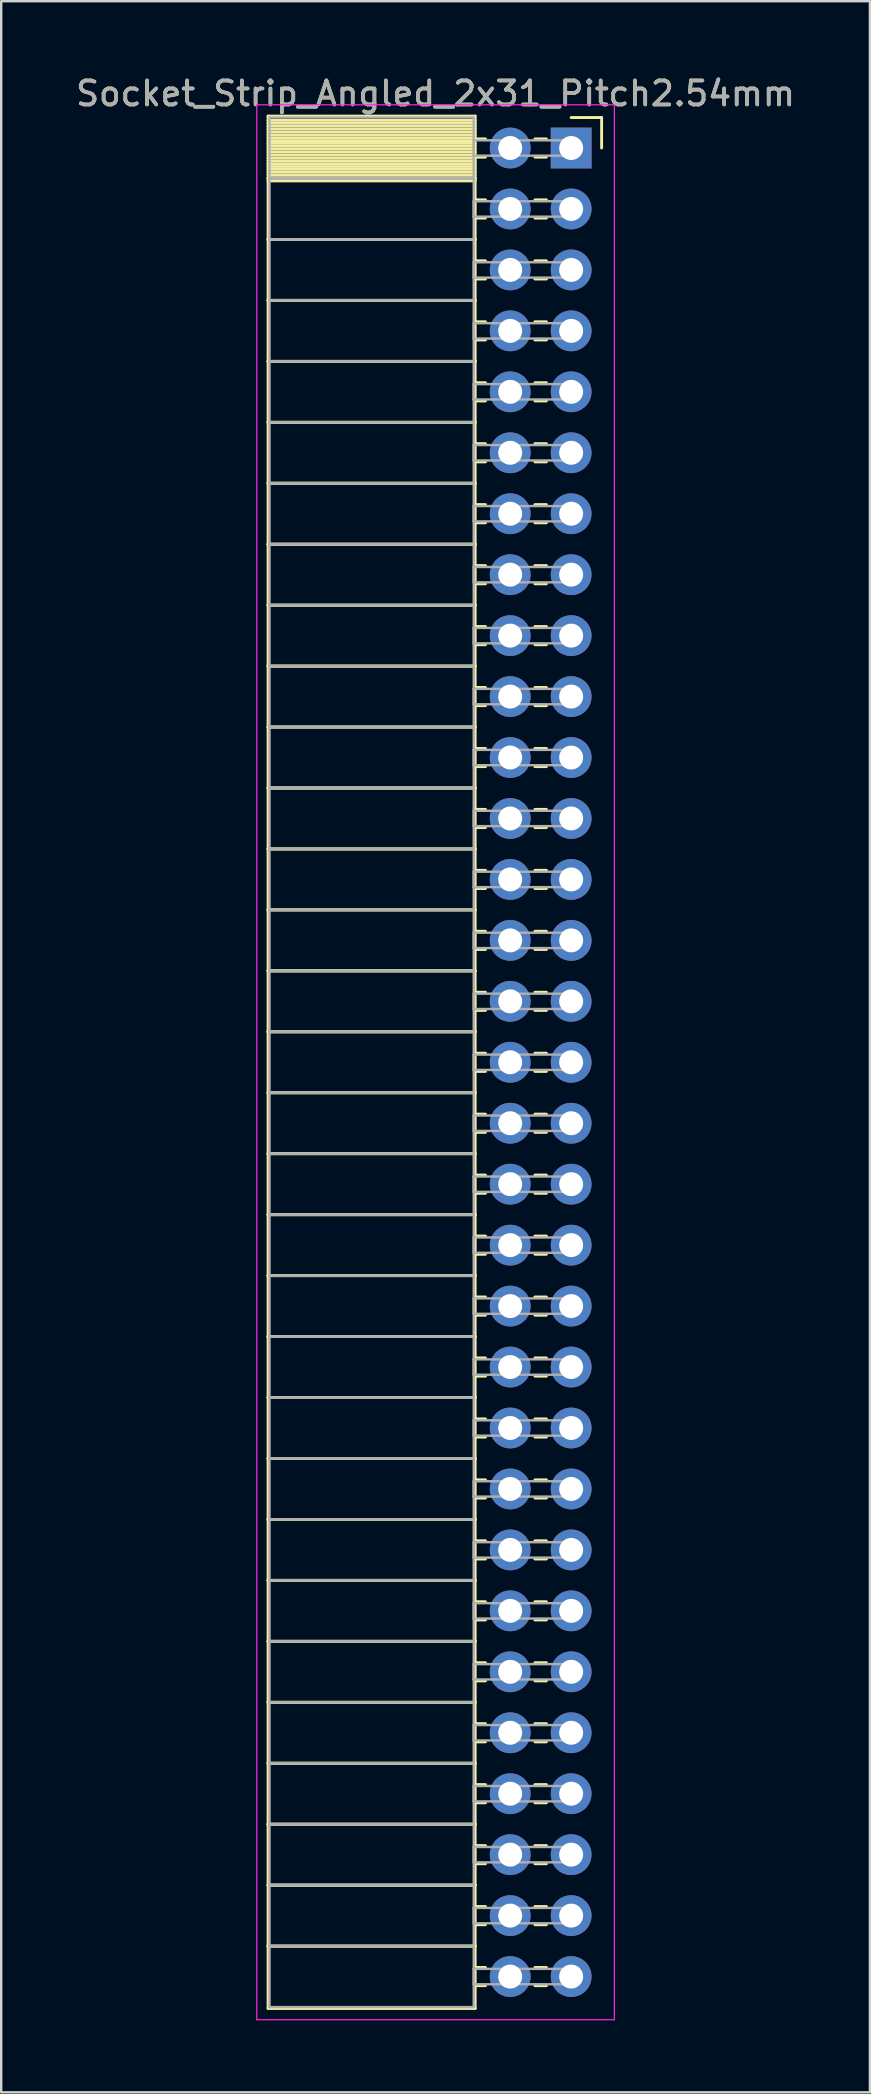
<source format=kicad_pcb>
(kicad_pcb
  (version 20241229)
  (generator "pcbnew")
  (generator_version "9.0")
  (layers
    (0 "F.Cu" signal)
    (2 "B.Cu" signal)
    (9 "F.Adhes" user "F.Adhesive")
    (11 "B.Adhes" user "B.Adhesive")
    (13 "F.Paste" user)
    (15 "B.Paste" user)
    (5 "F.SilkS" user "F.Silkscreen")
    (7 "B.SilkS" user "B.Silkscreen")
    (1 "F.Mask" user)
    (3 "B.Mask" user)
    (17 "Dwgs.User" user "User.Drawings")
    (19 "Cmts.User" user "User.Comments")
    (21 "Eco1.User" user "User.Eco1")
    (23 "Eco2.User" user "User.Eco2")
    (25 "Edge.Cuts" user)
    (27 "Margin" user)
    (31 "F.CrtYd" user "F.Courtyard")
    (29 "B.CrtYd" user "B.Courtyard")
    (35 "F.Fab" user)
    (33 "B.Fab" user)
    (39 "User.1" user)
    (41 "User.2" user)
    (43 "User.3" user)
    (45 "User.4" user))
  (footprint "Socket_Strip_Angled_2x31_Pitch2.54mm"
    (layer "F.Cu")
    (at 20.751 3.118)
    (property "Reference" "Socket_Strip_Angled_2x31_Pitch2.54mm" (at -5.65 -2.27 0) (layer "F.SilkS") (effects (font (size 1 1) (thickness 0.15))))
    (attr through_hole)
    (fp_line (start -12.63 -1.33) (end -4 -1.33) (stroke (width 0.12) (type solid)) (layer "F.SilkS"))
    (fp_line (start -12.63 1.27) (end -12.63 -1.33) (stroke (width 0.12) (type solid)) (layer "F.SilkS"))
    (fp_line (start -12.63 1.27) (end -4 1.27) (stroke (width 0.12) (type solid)) (layer "F.SilkS"))
    (fp_line (start -12.63 3.81) (end -12.63 1.27) (stroke (width 0.12) (type solid)) (layer "F.SilkS"))
    (fp_line (start -12.63 3.81) (end -4 3.81) (stroke (width 0.12) (type solid)) (layer "F.SilkS"))
    (fp_line (start -12.63 6.35) (end -12.63 3.81) (stroke (width 0.12) (type solid)) (layer "F.SilkS"))
    (fp_line (start -12.63 6.35) (end -4 6.35) (stroke (width 0.12) (type solid)) (layer "F.SilkS"))
    (fp_line (start -12.63 8.89) (end -12.63 6.35) (stroke (width 0.12) (type solid)) (layer "F.SilkS"))
    (fp_line (start -12.63 8.89) (end -4 8.89) (stroke (width 0.12) (type solid)) (layer "F.SilkS"))
    (fp_line (start -12.63 11.43) (end -12.63 8.89) (stroke (width 0.12) (type solid)) (layer "F.SilkS"))
    (fp_line (start -12.63 11.43) (end -4 11.43) (stroke (width 0.12) (type solid)) (layer "F.SilkS"))
    (fp_line (start -12.63 13.97) (end -12.63 11.43) (stroke (width 0.12) (type solid)) (layer "F.SilkS"))
    (fp_line (start -12.63 13.97) (end -4 13.97) (stroke (width 0.12) (type solid)) (layer "F.SilkS"))
    (fp_line (start -12.63 16.51) (end -12.63 13.97) (stroke (width 0.12) (type solid)) (layer "F.SilkS"))
    (fp_line (start -12.63 16.51) (end -4 16.51) (stroke (width 0.12) (type solid)) (layer "F.SilkS"))
    (fp_line (start -12.63 19.05) (end -12.63 16.51) (stroke (width 0.12) (type solid)) (layer "F.SilkS"))
    (fp_line (start -12.63 19.05) (end -4 19.05) (stroke (width 0.12) (type solid)) (layer "F.SilkS"))
    (fp_line (start -12.63 21.59) (end -12.63 19.05) (stroke (width 0.12) (type solid)) (layer "F.SilkS"))
    (fp_line (start -12.63 21.59) (end -4 21.59) (stroke (width 0.12) (type solid)) (layer "F.SilkS"))
    (fp_line (start -12.63 24.13) (end -12.63 21.59) (stroke (width 0.12) (type solid)) (layer "F.SilkS"))
    (fp_line (start -12.63 24.13) (end -4 24.13) (stroke (width 0.12) (type solid)) (layer "F.SilkS"))
    (fp_line (start -12.63 26.67) (end -12.63 24.13) (stroke (width 0.12) (type solid)) (layer "F.SilkS"))
    (fp_line (start -12.63 26.67) (end -4 26.67) (stroke (width 0.12) (type solid)) (layer "F.SilkS"))
    (fp_line (start -12.63 29.21) (end -12.63 26.67) (stroke (width 0.12) (type solid)) (layer "F.SilkS"))
    (fp_line (start -12.63 29.21) (end -4 29.21) (stroke (width 0.12) (type solid)) (layer "F.SilkS"))
    (fp_line (start -12.63 31.75) (end -12.63 29.21) (stroke (width 0.12) (type solid)) (layer "F.SilkS"))
    (fp_line (start -12.63 31.75) (end -4 31.75) (stroke (width 0.12) (type solid)) (layer "F.SilkS"))
    (fp_line (start -12.63 34.29) (end -12.63 31.75) (stroke (width 0.12) (type solid)) (layer "F.SilkS"))
    (fp_line (start -12.63 34.29) (end -4 34.29) (stroke (width 0.12) (type solid)) (layer "F.SilkS"))
    (fp_line (start -12.63 36.83) (end -12.63 34.29) (stroke (width 0.12) (type solid)) (layer "F.SilkS"))
    (fp_line (start -12.63 36.83) (end -4 36.83) (stroke (width 0.12) (type solid)) (layer "F.SilkS"))
    (fp_line (start -12.63 39.37) (end -12.63 36.83) (stroke (width 0.12) (type solid)) (layer "F.SilkS"))
    (fp_line (start -12.63 39.37) (end -4 39.37) (stroke (width 0.12) (type solid)) (layer "F.SilkS"))
    (fp_line (start -12.63 41.91) (end -12.63 39.37) (stroke (width 0.12) (type solid)) (layer "F.SilkS"))
    (fp_line (start -12.63 41.91) (end -4 41.91) (stroke (width 0.12) (type solid)) (layer "F.SilkS"))
    (fp_line (start -12.63 44.45) (end -12.63 41.91) (stroke (width 0.12) (type solid)) (layer "F.SilkS"))
    (fp_line (start -12.63 44.45) (end -4 44.45) (stroke (width 0.12) (type solid)) (layer "F.SilkS"))
    (fp_line (start -12.63 46.99) (end -12.63 44.45) (stroke (width 0.12) (type solid)) (layer "F.SilkS"))
    (fp_line (start -12.63 46.99) (end -4 46.99) (stroke (width 0.12) (type solid)) (layer "F.SilkS"))
    (fp_line (start -12.63 49.53) (end -12.63 46.99) (stroke (width 0.12) (type solid)) (layer "F.SilkS"))
    (fp_line (start -12.63 49.53) (end -4 49.53) (stroke (width 0.12) (type solid)) (layer "F.SilkS"))
    (fp_line (start -12.63 52.07) (end -12.63 49.53) (stroke (width 0.12) (type solid)) (layer "F.SilkS"))
    (fp_line (start -12.63 52.07) (end -4 52.07) (stroke (width 0.12) (type solid)) (layer "F.SilkS"))
    (fp_line (start -12.63 54.61) (end -12.63 52.07) (stroke (width 0.12) (type solid)) (layer "F.SilkS"))
    (fp_line (start -12.63 54.61) (end -4 54.61) (stroke (width 0.12) (type solid)) (layer "F.SilkS"))
    (fp_line (start -12.63 57.15) (end -12.63 54.61) (stroke (width 0.12) (type solid)) (layer "F.SilkS"))
    (fp_line (start -12.63 57.15) (end -4 57.15) (stroke (width 0.12) (type solid)) (layer "F.SilkS"))
    (fp_line (start -12.63 59.69) (end -12.63 57.15) (stroke (width 0.12) (type solid)) (layer "F.SilkS"))
    (fp_line (start -12.63 59.69) (end -4 59.69) (stroke (width 0.12) (type solid)) (layer "F.SilkS"))
    (fp_line (start -12.63 62.23) (end -12.63 59.69) (stroke (width 0.12) (type solid)) (layer "F.SilkS"))
    (fp_line (start -12.63 62.23) (end -4 62.23) (stroke (width 0.12) (type solid)) (layer "F.SilkS"))
    (fp_line (start -12.63 64.77) (end -12.63 62.23) (stroke (width 0.12) (type solid)) (layer "F.SilkS"))
    (fp_line (start -12.63 64.77) (end -4 64.77) (stroke (width 0.12) (type solid)) (layer "F.SilkS"))
    (fp_line (start -12.63 67.31) (end -12.63 64.77) (stroke (width 0.12) (type solid)) (layer "F.SilkS"))
    (fp_line (start -12.63 67.31) (end -4 67.31) (stroke (width 0.12) (type solid)) (layer "F.SilkS"))
    (fp_line (start -12.63 69.85) (end -12.63 67.31) (stroke (width 0.12) (type solid)) (layer "F.SilkS"))
    (fp_line (start -12.63 69.85) (end -4 69.85) (stroke (width 0.12) (type solid)) (layer "F.SilkS"))
    (fp_line (start -12.63 72.39) (end -12.63 69.85) (stroke (width 0.12) (type solid)) (layer "F.SilkS"))
    (fp_line (start -12.63 72.39) (end -4 72.39) (stroke (width 0.12) (type solid)) (layer "F.SilkS"))
    (fp_line (start -12.63 74.93) (end -12.63 72.39) (stroke (width 0.12) (type solid)) (layer "F.SilkS"))
    (fp_line (start -12.63 74.93) (end -4 74.93) (stroke (width 0.12) (type solid)) (layer "F.SilkS"))
    (fp_line (start -12.63 77.53) (end -12.63 74.93) (stroke (width 0.12) (type solid)) (layer "F.SilkS"))
    (fp_line (start -4 -1.33) (end -4 1.27) (stroke (width 0.12) (type solid)) (layer "F.SilkS"))
    (fp_line (start -4 -1.15) (end -12.63 -1.15) (stroke (width 0.12) (type solid)) (layer "F.SilkS"))
    (fp_line (start -4 -1.03) (end -12.63 -1.03) (stroke (width 0.12) (type solid)) (layer "F.SilkS"))
    (fp_line (start -4 -0.91) (end -12.63 -0.91) (stroke (width 0.12) (type solid)) (layer "F.SilkS"))
    (fp_line (start -4 -0.79) (end -12.63 -0.79) (stroke (width 0.12) (type solid)) (layer "F.SilkS"))
    (fp_line (start -4 -0.67) (end -12.63 -0.67) (stroke (width 0.12) (type solid)) (layer "F.SilkS"))
    (fp_line (start -4 -0.55) (end -12.63 -0.55) (stroke (width 0.12) (type solid)) (layer "F.SilkS"))
    (fp_line (start -4 -0.43) (end -12.63 -0.43) (stroke (width 0.12) (type solid)) (layer "F.SilkS"))
    (fp_line (start -4 -0.31) (end -12.63 -0.31) (stroke (width 0.12) (type solid)) (layer "F.SilkS"))
    (fp_line (start -4 -0.19) (end -12.63 -0.19) (stroke (width 0.12) (type solid)) (layer "F.SilkS"))
    (fp_line (start -4 -0.07) (end -12.63 -0.07) (stroke (width 0.12) (type solid)) (layer "F.SilkS"))
    (fp_line (start -4 0.05) (end -12.63 0.05) (stroke (width 0.12) (type solid)) (layer "F.SilkS"))
    (fp_line (start -4 0.17) (end -12.63 0.17) (stroke (width 0.12) (type solid)) (layer "F.SilkS"))
    (fp_line (start -4 0.29) (end -12.63 0.29) (stroke (width 0.12) (type solid)) (layer "F.SilkS"))
    (fp_line (start -4 0.41) (end -12.63 0.41) (stroke (width 0.12) (type solid)) (layer "F.SilkS"))
    (fp_line (start -4 0.53) (end -12.63 0.53) (stroke (width 0.12) (type solid)) (layer "F.SilkS"))
    (fp_line (start -4 0.65) (end -12.63 0.65) (stroke (width 0.12) (type solid)) (layer "F.SilkS"))
    (fp_line (start -4 0.77) (end -12.63 0.77) (stroke (width 0.12) (type solid)) (layer "F.SilkS"))
    (fp_line (start -4 0.89) (end -12.63 0.89) (stroke (width 0.12) (type solid)) (layer "F.SilkS"))
    (fp_line (start -4 1.01) (end -12.63 1.01) (stroke (width 0.12) (type solid)) (layer "F.SilkS"))
    (fp_line (start -4 1.13) (end -12.63 1.13) (stroke (width 0.12) (type solid)) (layer "F.SilkS"))
    (fp_line (start -4 1.25) (end -12.63 1.25) (stroke (width 0.12) (type solid)) (layer "F.SilkS"))
    (fp_line (start -4 1.27) (end -12.63 1.27) (stroke (width 0.12) (type solid)) (layer "F.SilkS"))
    (fp_line (start -4 1.27) (end -4 3.81) (stroke (width 0.12) (type solid)) (layer "F.SilkS"))
    (fp_line (start -4 1.37) (end -12.63 1.37) (stroke (width 0.12) (type solid)) (layer "F.SilkS"))
    (fp_line (start -4 3.81) (end -12.63 3.81) (stroke (width 0.12) (type solid)) (layer "F.SilkS"))
    (fp_line (start -4 3.81) (end -4 6.35) (stroke (width 0.12) (type solid)) (layer "F.SilkS"))
    (fp_line (start -4 6.35) (end -12.63 6.35) (stroke (width 0.12) (type solid)) (layer "F.SilkS"))
    (fp_line (start -4 6.35) (end -4 8.89) (stroke (width 0.12) (type solid)) (layer "F.SilkS"))
    (fp_line (start -4 8.89) (end -12.63 8.89) (stroke (width 0.12) (type solid)) (layer "F.SilkS"))
    (fp_line (start -4 8.89) (end -4 11.43) (stroke (width 0.12) (type solid)) (layer "F.SilkS"))
    (fp_line (start -4 11.43) (end -12.63 11.43) (stroke (width 0.12) (type solid)) (layer "F.SilkS"))
    (fp_line (start -4 11.43) (end -4 13.97) (stroke (width 0.12) (type solid)) (layer "F.SilkS"))
    (fp_line (start -4 13.97) (end -12.63 13.97) (stroke (width 0.12) (type solid)) (layer "F.SilkS"))
    (fp_line (start -4 13.97) (end -4 16.51) (stroke (width 0.12) (type solid)) (layer "F.SilkS"))
    (fp_line (start -4 16.51) (end -12.63 16.51) (stroke (width 0.12) (type solid)) (layer "F.SilkS"))
    (fp_line (start -4 16.51) (end -4 19.05) (stroke (width 0.12) (type solid)) (layer "F.SilkS"))
    (fp_line (start -4 19.05) (end -12.63 19.05) (stroke (width 0.12) (type solid)) (layer "F.SilkS"))
    (fp_line (start -4 19.05) (end -4 21.59) (stroke (width 0.12) (type solid)) (layer "F.SilkS"))
    (fp_line (start -4 21.59) (end -12.63 21.59) (stroke (width 0.12) (type solid)) (layer "F.SilkS"))
    (fp_line (start -4 21.59) (end -4 24.13) (stroke (width 0.12) (type solid)) (layer "F.SilkS"))
    (fp_line (start -4 24.13) (end -12.63 24.13) (stroke (width 0.12) (type solid)) (layer "F.SilkS"))
    (fp_line (start -4 24.13) (end -4 26.67) (stroke (width 0.12) (type solid)) (layer "F.SilkS"))
    (fp_line (start -4 26.67) (end -12.63 26.67) (stroke (width 0.12) (type solid)) (layer "F.SilkS"))
    (fp_line (start -4 26.67) (end -4 29.21) (stroke (width 0.12) (type solid)) (layer "F.SilkS"))
    (fp_line (start -4 29.21) (end -12.63 29.21) (stroke (width 0.12) (type solid)) (layer "F.SilkS"))
    (fp_line (start -4 29.21) (end -4 31.75) (stroke (width 0.12) (type solid)) (layer "F.SilkS"))
    (fp_line (start -4 31.75) (end -12.63 31.75) (stroke (width 0.12) (type solid)) (layer "F.SilkS"))
    (fp_line (start -4 31.75) (end -4 34.29) (stroke (width 0.12) (type solid)) (layer "F.SilkS"))
    (fp_line (start -4 34.29) (end -12.63 34.29) (stroke (width 0.12) (type solid)) (layer "F.SilkS"))
    (fp_line (start -4 34.29) (end -4 36.83) (stroke (width 0.12) (type solid)) (layer "F.SilkS"))
    (fp_line (start -4 36.83) (end -12.63 36.83) (stroke (width 0.12) (type solid)) (layer "F.SilkS"))
    (fp_line (start -4 36.83) (end -4 39.37) (stroke (width 0.12) (type solid)) (layer "F.SilkS"))
    (fp_line (start -4 39.37) (end -12.63 39.37) (stroke (width 0.12) (type solid)) (layer "F.SilkS"))
    (fp_line (start -4 39.37) (end -4 41.91) (stroke (width 0.12) (type solid)) (layer "F.SilkS"))
    (fp_line (start -4 41.91) (end -12.63 41.91) (stroke (width 0.12) (type solid)) (layer "F.SilkS"))
    (fp_line (start -4 41.91) (end -4 44.45) (stroke (width 0.12) (type solid)) (layer "F.SilkS"))
    (fp_line (start -4 44.45) (end -12.63 44.45) (stroke (width 0.12) (type solid)) (layer "F.SilkS"))
    (fp_line (start -4 44.45) (end -4 46.99) (stroke (width 0.12) (type solid)) (layer "F.SilkS"))
    (fp_line (start -4 46.99) (end -12.63 46.99) (stroke (width 0.12) (type solid)) (layer "F.SilkS"))
    (fp_line (start -4 46.99) (end -4 49.53) (stroke (width 0.12) (type solid)) (layer "F.SilkS"))
    (fp_line (start -4 49.53) (end -12.63 49.53) (stroke (width 0.12) (type solid)) (layer "F.SilkS"))
    (fp_line (start -4 49.53) (end -4 52.07) (stroke (width 0.12) (type solid)) (layer "F.SilkS"))
    (fp_line (start -4 52.07) (end -12.63 52.07) (stroke (width 0.12) (type solid)) (layer "F.SilkS"))
    (fp_line (start -4 52.07) (end -4 54.61) (stroke (width 0.12) (type solid)) (layer "F.SilkS"))
    (fp_line (start -4 54.61) (end -12.63 54.61) (stroke (width 0.12) (type solid)) (layer "F.SilkS"))
    (fp_line (start -4 54.61) (end -4 57.15) (stroke (width 0.12) (type solid)) (layer "F.SilkS"))
    (fp_line (start -4 57.15) (end -12.63 57.15) (stroke (width 0.12) (type solid)) (layer "F.SilkS"))
    (fp_line (start -4 57.15) (end -4 59.69) (stroke (width 0.12) (type solid)) (layer "F.SilkS"))
    (fp_line (start -4 59.69) (end -12.63 59.69) (stroke (width 0.12) (type solid)) (layer "F.SilkS"))
    (fp_line (start -4 59.69) (end -4 62.23) (stroke (width 0.12) (type solid)) (layer "F.SilkS"))
    (fp_line (start -4 62.23) (end -12.63 62.23) (stroke (width 0.12) (type solid)) (layer "F.SilkS"))
    (fp_line (start -4 62.23) (end -4 64.77) (stroke (width 0.12) (type solid)) (layer "F.SilkS"))
    (fp_line (start -4 64.77) (end -12.63 64.77) (stroke (width 0.12) (type solid)) (layer "F.SilkS"))
    (fp_line (start -4 64.77) (end -4 67.31) (stroke (width 0.12) (type solid)) (layer "F.SilkS"))
    (fp_line (start -4 67.31) (end -12.63 67.31) (stroke (width 0.12) (type solid)) (layer "F.SilkS"))
    (fp_line (start -4 67.31) (end -4 69.85) (stroke (width 0.12) (type solid)) (layer "F.SilkS"))
    (fp_line (start -4 69.85) (end -12.63 69.85) (stroke (width 0.12) (type solid)) (layer "F.SilkS"))
    (fp_line (start -4 69.85) (end -4 72.39) (stroke (width 0.12) (type solid)) (layer "F.SilkS"))
    (fp_line (start -4 72.39) (end -12.63 72.39) (stroke (width 0.12) (type solid)) (layer "F.SilkS"))
    (fp_line (start -4 72.39) (end -4 74.93) (stroke (width 0.12) (type solid)) (layer "F.SilkS"))
    (fp_line (start -4 74.93) (end -12.63 74.93) (stroke (width 0.12) (type solid)) (layer "F.SilkS"))
    (fp_line (start -4 74.93) (end -4 77.53) (stroke (width 0.12) (type solid)) (layer "F.SilkS"))
    (fp_line (start -4 77.53) (end -12.63 77.53) (stroke (width 0.12) (type solid)) (layer "F.SilkS"))
    (fp_line (start -3.57 -0.38) (end -4 -0.38) (stroke (width 0.12) (type solid)) (layer "F.SilkS"))
    (fp_line (start -3.57 0.38) (end -4 0.38) (stroke (width 0.12) (type solid)) (layer "F.SilkS"))
    (fp_line (start -3.57 2.16) (end -4 2.16) (stroke (width 0.12) (type solid)) (layer "F.SilkS"))
    (fp_line (start -3.57 2.92) (end -4 2.92) (stroke (width 0.12) (type solid)) (layer "F.SilkS"))
    (fp_line (start -3.57 4.7) (end -4 4.7) (stroke (width 0.12) (type solid)) (layer "F.SilkS"))
    (fp_line (start -3.57 5.46) (end -4 5.46) (stroke (width 0.12) (type solid)) (layer "F.SilkS"))
    (fp_line (start -3.57 7.24) (end -4 7.24) (stroke (width 0.12) (type solid)) (layer "F.SilkS"))
    (fp_line (start -3.57 8) (end -4 8) (stroke (width 0.12) (type solid)) (layer "F.SilkS"))
    (fp_line (start -3.57 9.78) (end -4 9.78) (stroke (width 0.12) (type solid)) (layer "F.SilkS"))
    (fp_line (start -3.57 10.54) (end -4 10.54) (stroke (width 0.12) (type solid)) (layer "F.SilkS"))
    (fp_line (start -3.57 12.32) (end -4 12.32) (stroke (width 0.12) (type solid)) (layer "F.SilkS"))
    (fp_line (start -3.57 13.08) (end -4 13.08) (stroke (width 0.12) (type solid)) (layer "F.SilkS"))
    (fp_line (start -3.57 14.86) (end -4 14.86) (stroke (width 0.12) (type solid)) (layer "F.SilkS"))
    (fp_line (start -3.57 15.62) (end -4 15.62) (stroke (width 0.12) (type solid)) (layer "F.SilkS"))
    (fp_line (start -3.57 17.4) (end -4 17.4) (stroke (width 0.12) (type solid)) (layer "F.SilkS"))
    (fp_line (start -3.57 18.16) (end -4 18.16) (stroke (width 0.12) (type solid)) (layer "F.SilkS"))
    (fp_line (start -3.57 19.94) (end -4 19.94) (stroke (width 0.12) (type solid)) (layer "F.SilkS"))
    (fp_line (start -3.57 20.7) (end -4 20.7) (stroke (width 0.12) (type solid)) (layer "F.SilkS"))
    (fp_line (start -3.57 22.48) (end -4 22.48) (stroke (width 0.12) (type solid)) (layer "F.SilkS"))
    (fp_line (start -3.57 23.24) (end -4 23.24) (stroke (width 0.12) (type solid)) (layer "F.SilkS"))
    (fp_line (start -3.57 25.02) (end -4 25.02) (stroke (width 0.12) (type solid)) (layer "F.SilkS"))
    (fp_line (start -3.57 25.78) (end -4 25.78) (stroke (width 0.12) (type solid)) (layer "F.SilkS"))
    (fp_line (start -3.57 27.56) (end -4 27.56) (stroke (width 0.12) (type solid)) (layer "F.SilkS"))
    (fp_line (start -3.57 28.32) (end -4 28.32) (stroke (width 0.12) (type solid)) (layer "F.SilkS"))
    (fp_line (start -3.57 30.1) (end -4 30.1) (stroke (width 0.12) (type solid)) (layer "F.SilkS"))
    (fp_line (start -3.57 30.86) (end -4 30.86) (stroke (width 0.12) (type solid)) (layer "F.SilkS"))
    (fp_line (start -3.57 32.64) (end -4 32.64) (stroke (width 0.12) (type solid)) (layer "F.SilkS"))
    (fp_line (start -3.57 33.4) (end -4 33.4) (stroke (width 0.12) (type solid)) (layer "F.SilkS"))
    (fp_line (start -3.57 35.18) (end -4 35.18) (stroke (width 0.12) (type solid)) (layer "F.SilkS"))
    (fp_line (start -3.57 35.94) (end -4 35.94) (stroke (width 0.12) (type solid)) (layer "F.SilkS"))
    (fp_line (start -3.57 37.72) (end -4 37.72) (stroke (width 0.12) (type solid)) (layer "F.SilkS"))
    (fp_line (start -3.57 38.48) (end -4 38.48) (stroke (width 0.12) (type solid)) (layer "F.SilkS"))
    (fp_line (start -3.57 40.26) (end -4 40.26) (stroke (width 0.12) (type solid)) (layer "F.SilkS"))
    (fp_line (start -3.57 41.02) (end -4 41.02) (stroke (width 0.12) (type solid)) (layer "F.SilkS"))
    (fp_line (start -3.57 42.8) (end -4 42.8) (stroke (width 0.12) (type solid)) (layer "F.SilkS"))
    (fp_line (start -3.57 43.56) (end -4 43.56) (stroke (width 0.12) (type solid)) (layer "F.SilkS"))
    (fp_line (start -3.57 45.34) (end -4 45.34) (stroke (width 0.12) (type solid)) (layer "F.SilkS"))
    (fp_line (start -3.57 46.1) (end -4 46.1) (stroke (width 0.12) (type solid)) (layer "F.SilkS"))
    (fp_line (start -3.57 47.88) (end -4 47.88) (stroke (width 0.12) (type solid)) (layer "F.SilkS"))
    (fp_line (start -3.57 48.64) (end -4 48.64) (stroke (width 0.12) (type solid)) (layer "F.SilkS"))
    (fp_line (start -3.57 50.42) (end -4 50.42) (stroke (width 0.12) (type solid)) (layer "F.SilkS"))
    (fp_line (start -3.57 51.18) (end -4 51.18) (stroke (width 0.12) (type solid)) (layer "F.SilkS"))
    (fp_line (start -3.57 52.96) (end -4 52.96) (stroke (width 0.12) (type solid)) (layer "F.SilkS"))
    (fp_line (start -3.57 53.72) (end -4 53.72) (stroke (width 0.12) (type solid)) (layer "F.SilkS"))
    (fp_line (start -3.57 55.5) (end -4 55.5) (stroke (width 0.12) (type solid)) (layer "F.SilkS"))
    (fp_line (start -3.57 56.26) (end -4 56.26) (stroke (width 0.12) (type solid)) (layer "F.SilkS"))
    (fp_line (start -3.57 58.04) (end -4 58.04) (stroke (width 0.12) (type solid)) (layer "F.SilkS"))
    (fp_line (start -3.57 58.8) (end -4 58.8) (stroke (width 0.12) (type solid)) (layer "F.SilkS"))
    (fp_line (start -3.57 60.58) (end -4 60.58) (stroke (width 0.12) (type solid)) (layer "F.SilkS"))
    (fp_line (start -3.57 61.34) (end -4 61.34) (stroke (width 0.12) (type solid)) (layer "F.SilkS"))
    (fp_line (start -3.57 63.12) (end -4 63.12) (stroke (width 0.12) (type solid)) (layer "F.SilkS"))
    (fp_line (start -3.57 63.88) (end -4 63.88) (stroke (width 0.12) (type solid)) (layer "F.SilkS"))
    (fp_line (start -3.57 65.66) (end -4 65.66) (stroke (width 0.12) (type solid)) (layer "F.SilkS"))
    (fp_line (start -3.57 66.42) (end -4 66.42) (stroke (width 0.12) (type solid)) (layer "F.SilkS"))
    (fp_line (start -3.57 68.2) (end -4 68.2) (stroke (width 0.12) (type solid)) (layer "F.SilkS"))
    (fp_line (start -3.57 68.96) (end -4 68.96) (stroke (width 0.12) (type solid)) (layer "F.SilkS"))
    (fp_line (start -3.57 70.74) (end -4 70.74) (stroke (width 0.12) (type solid)) (layer "F.SilkS"))
    (fp_line (start -3.57 71.5) (end -4 71.5) (stroke (width 0.12) (type solid)) (layer "F.SilkS"))
    (fp_line (start -3.57 73.28) (end -4 73.28) (stroke (width 0.12) (type solid)) (layer "F.SilkS"))
    (fp_line (start -3.57 74.04) (end -4 74.04) (stroke (width 0.12) (type solid)) (layer "F.SilkS"))
    (fp_line (start -3.57 75.82) (end -4 75.82) (stroke (width 0.12) (type solid)) (layer "F.SilkS"))
    (fp_line (start -3.57 76.58) (end -4 76.58) (stroke (width 0.12) (type solid)) (layer "F.SilkS"))
    (fp_line (start -1.03 -0.38) (end -1.51 -0.38) (stroke (width 0.12) (type solid)) (layer "F.SilkS"))
    (fp_line (start -1.03 0.38) (end -1.51 0.38) (stroke (width 0.12) (type solid)) (layer "F.SilkS"))
    (fp_line (start -1.03 2.16) (end -1.51 2.16) (stroke (width 0.12) (type solid)) (layer "F.SilkS"))
    (fp_line (start -1.03 2.92) (end -1.51 2.92) (stroke (width 0.12) (type solid)) (layer "F.SilkS"))
    (fp_line (start -1.03 4.7) (end -1.51 4.7) (stroke (width 0.12) (type solid)) (layer "F.SilkS"))
    (fp_line (start -1.03 5.46) (end -1.51 5.46) (stroke (width 0.12) (type solid)) (layer "F.SilkS"))
    (fp_line (start -1.03 7.24) (end -1.51 7.24) (stroke (width 0.12) (type solid)) (layer "F.SilkS"))
    (fp_line (start -1.03 8) (end -1.51 8) (stroke (width 0.12) (type solid)) (layer "F.SilkS"))
    (fp_line (start -1.03 9.78) (end -1.51 9.78) (stroke (width 0.12) (type solid)) (layer "F.SilkS"))
    (fp_line (start -1.03 10.54) (end -1.51 10.54) (stroke (width 0.12) (type solid)) (layer "F.SilkS"))
    (fp_line (start -1.03 12.32) (end -1.51 12.32) (stroke (width 0.12) (type solid)) (layer "F.SilkS"))
    (fp_line (start -1.03 13.08) (end -1.51 13.08) (stroke (width 0.12) (type solid)) (layer "F.SilkS"))
    (fp_line (start -1.03 14.86) (end -1.51 14.86) (stroke (width 0.12) (type solid)) (layer "F.SilkS"))
    (fp_line (start -1.03 15.62) (end -1.51 15.62) (stroke (width 0.12) (type solid)) (layer "F.SilkS"))
    (fp_line (start -1.03 17.4) (end -1.51 17.4) (stroke (width 0.12) (type solid)) (layer "F.SilkS"))
    (fp_line (start -1.03 18.16) (end -1.51 18.16) (stroke (width 0.12) (type solid)) (layer "F.SilkS"))
    (fp_line (start -1.03 19.94) (end -1.51 19.94) (stroke (width 0.12) (type solid)) (layer "F.SilkS"))
    (fp_line (start -1.03 20.7) (end -1.51 20.7) (stroke (width 0.12) (type solid)) (layer "F.SilkS"))
    (fp_line (start -1.03 22.48) (end -1.51 22.48) (stroke (width 0.12) (type solid)) (layer "F.SilkS"))
    (fp_line (start -1.03 23.24) (end -1.51 23.24) (stroke (width 0.12) (type solid)) (layer "F.SilkS"))
    (fp_line (start -1.03 25.02) (end -1.51 25.02) (stroke (width 0.12) (type solid)) (layer "F.SilkS"))
    (fp_line (start -1.03 25.78) (end -1.51 25.78) (stroke (width 0.12) (type solid)) (layer "F.SilkS"))
    (fp_line (start -1.03 27.56) (end -1.51 27.56) (stroke (width 0.12) (type solid)) (layer "F.SilkS"))
    (fp_line (start -1.03 28.32) (end -1.51 28.32) (stroke (width 0.12) (type solid)) (layer "F.SilkS"))
    (fp_line (start -1.03 30.1) (end -1.51 30.1) (stroke (width 0.12) (type solid)) (layer "F.SilkS"))
    (fp_line (start -1.03 30.86) (end -1.51 30.86) (stroke (width 0.12) (type solid)) (layer "F.SilkS"))
    (fp_line (start -1.03 32.64) (end -1.51 32.64) (stroke (width 0.12) (type solid)) (layer "F.SilkS"))
    (fp_line (start -1.03 33.4) (end -1.51 33.4) (stroke (width 0.12) (type solid)) (layer "F.SilkS"))
    (fp_line (start -1.03 35.18) (end -1.51 35.18) (stroke (width 0.12) (type solid)) (layer "F.SilkS"))
    (fp_line (start -1.03 35.94) (end -1.51 35.94) (stroke (width 0.12) (type solid)) (layer "F.SilkS"))
    (fp_line (start -1.03 37.72) (end -1.51 37.72) (stroke (width 0.12) (type solid)) (layer "F.SilkS"))
    (fp_line (start -1.03 38.48) (end -1.51 38.48) (stroke (width 0.12) (type solid)) (layer "F.SilkS"))
    (fp_line (start -1.03 40.26) (end -1.51 40.26) (stroke (width 0.12) (type solid)) (layer "F.SilkS"))
    (fp_line (start -1.03 41.02) (end -1.51 41.02) (stroke (width 0.12) (type solid)) (layer "F.SilkS"))
    (fp_line (start -1.03 42.8) (end -1.51 42.8) (stroke (width 0.12) (type solid)) (layer "F.SilkS"))
    (fp_line (start -1.03 43.56) (end -1.51 43.56) (stroke (width 0.12) (type solid)) (layer "F.SilkS"))
    (fp_line (start -1.03 45.34) (end -1.51 45.34) (stroke (width 0.12) (type solid)) (layer "F.SilkS"))
    (fp_line (start -1.03 46.1) (end -1.51 46.1) (stroke (width 0.12) (type solid)) (layer "F.SilkS"))
    (fp_line (start -1.03 47.88) (end -1.51 47.88) (stroke (width 0.12) (type solid)) (layer "F.SilkS"))
    (fp_line (start -1.03 48.64) (end -1.51 48.64) (stroke (width 0.12) (type solid)) (layer "F.SilkS"))
    (fp_line (start -1.03 50.42) (end -1.51 50.42) (stroke (width 0.12) (type solid)) (layer "F.SilkS"))
    (fp_line (start -1.03 51.18) (end -1.51 51.18) (stroke (width 0.12) (type solid)) (layer "F.SilkS"))
    (fp_line (start -1.03 52.96) (end -1.51 52.96) (stroke (width 0.12) (type solid)) (layer "F.SilkS"))
    (fp_line (start -1.03 53.72) (end -1.51 53.72) (stroke (width 0.12) (type solid)) (layer "F.SilkS"))
    (fp_line (start -1.03 55.5) (end -1.51 55.5) (stroke (width 0.12) (type solid)) (layer "F.SilkS"))
    (fp_line (start -1.03 56.26) (end -1.51 56.26) (stroke (width 0.12) (type solid)) (layer "F.SilkS"))
    (fp_line (start -1.03 58.04) (end -1.51 58.04) (stroke (width 0.12) (type solid)) (layer "F.SilkS"))
    (fp_line (start -1.03 58.8) (end -1.51 58.8) (stroke (width 0.12) (type solid)) (layer "F.SilkS"))
    (fp_line (start -1.03 60.58) (end -1.51 60.58) (stroke (width 0.12) (type solid)) (layer "F.SilkS"))
    (fp_line (start -1.03 61.34) (end -1.51 61.34) (stroke (width 0.12) (type solid)) (layer "F.SilkS"))
    (fp_line (start -1.03 63.12) (end -1.51 63.12) (stroke (width 0.12) (type solid)) (layer "F.SilkS"))
    (fp_line (start -1.03 63.88) (end -1.51 63.88) (stroke (width 0.12) (type solid)) (layer "F.SilkS"))
    (fp_line (start -1.03 65.66) (end -1.51 65.66) (stroke (width 0.12) (type solid)) (layer "F.SilkS"))
    (fp_line (start -1.03 66.42) (end -1.51 66.42) (stroke (width 0.12) (type solid)) (layer "F.SilkS"))
    (fp_line (start -1.03 68.2) (end -1.51 68.2) (stroke (width 0.12) (type solid)) (layer "F.SilkS"))
    (fp_line (start -1.03 68.96) (end -1.51 68.96) (stroke (width 0.12) (type solid)) (layer "F.SilkS"))
    (fp_line (start -1.03 70.74) (end -1.51 70.74) (stroke (width 0.12) (type solid)) (layer "F.SilkS"))
    (fp_line (start -1.03 71.5) (end -1.51 71.5) (stroke (width 0.12) (type solid)) (layer "F.SilkS"))
    (fp_line (start -1.03 73.28) (end -1.51 73.28) (stroke (width 0.12) (type solid)) (layer "F.SilkS"))
    (fp_line (start -1.03 74.04) (end -1.51 74.04) (stroke (width 0.12) (type solid)) (layer "F.SilkS"))
    (fp_line (start -1.03 75.82) (end -1.51 75.82) (stroke (width 0.12) (type solid)) (layer "F.SilkS"))
    (fp_line (start -1.03 76.58) (end -1.51 76.58) (stroke (width 0.12) (type solid)) (layer "F.SilkS"))
    (fp_line (start 0 -1.27) (end 1.27 -1.27) (stroke (width 0.12) (type solid)) (layer "F.SilkS"))
    (fp_line (start 1.27 -1.27) (end 1.27 0) (stroke (width 0.12) (type solid)) (layer "F.SilkS"))
    (fp_line (start -13.1 -1.8) (end 1.8 -1.8) (stroke (width 0.05) (type solid)) (layer "F.CrtYd"))
    (fp_line (start -13.1 78) (end -13.1 -1.8) (stroke (width 0.05) (type solid)) (layer "F.CrtYd"))
    (fp_line (start 1.8 -1.8) (end 1.8 78) (stroke (width 0.05) (type solid)) (layer "F.CrtYd"))
    (fp_line (start 1.8 78) (end -13.1 78) (stroke (width 0.05) (type solid)) (layer "F.CrtYd"))
    (fp_line (start -12.57 -1.27) (end -4.06 -1.27) (stroke (width 0.1) (type solid)) (layer "F.Fab"))
    (fp_line (start -12.57 1.27) (end -12.57 -1.27) (stroke (width 0.1) (type solid)) (layer "F.Fab"))
    (fp_line (start -12.57 1.27) (end -4.06 1.27) (stroke (width 0.1) (type solid)) (layer "F.Fab"))
    (fp_line (start -12.57 3.81) (end -12.57 1.27) (stroke (width 0.1) (type solid)) (layer "F.Fab"))
    (fp_line (start -12.57 3.81) (end -4.06 3.81) (stroke (width 0.1) (type solid)) (layer "F.Fab"))
    (fp_line (start -12.57 6.35) (end -12.57 3.81) (stroke (width 0.1) (type solid)) (layer "F.Fab"))
    (fp_line (start -12.57 6.35) (end -4.06 6.35) (stroke (width 0.1) (type solid)) (layer "F.Fab"))
    (fp_line (start -12.57 8.89) (end -12.57 6.35) (stroke (width 0.1) (type solid)) (layer "F.Fab"))
    (fp_line (start -12.57 8.89) (end -4.06 8.89) (stroke (width 0.1) (type solid)) (layer "F.Fab"))
    (fp_line (start -12.57 11.43) (end -12.57 8.89) (stroke (width 0.1) (type solid)) (layer "F.Fab"))
    (fp_line (start -12.57 11.43) (end -4.06 11.43) (stroke (width 0.1) (type solid)) (layer "F.Fab"))
    (fp_line (start -12.57 13.97) (end -12.57 11.43) (stroke (width 0.1) (type solid)) (layer "F.Fab"))
    (fp_line (start -12.57 13.97) (end -4.06 13.97) (stroke (width 0.1) (type solid)) (layer "F.Fab"))
    (fp_line (start -12.57 16.51) (end -12.57 13.97) (stroke (width 0.1) (type solid)) (layer "F.Fab"))
    (fp_line (start -12.57 16.51) (end -4.06 16.51) (stroke (width 0.1) (type solid)) (layer "F.Fab"))
    (fp_line (start -12.57 19.05) (end -12.57 16.51) (stroke (width 0.1) (type solid)) (layer "F.Fab"))
    (fp_line (start -12.57 19.05) (end -4.06 19.05) (stroke (width 0.1) (type solid)) (layer "F.Fab"))
    (fp_line (start -12.57 21.59) (end -12.57 19.05) (stroke (width 0.1) (type solid)) (layer "F.Fab"))
    (fp_line (start -12.57 21.59) (end -4.06 21.59) (stroke (width 0.1) (type solid)) (layer "F.Fab"))
    (fp_line (start -12.57 24.13) (end -12.57 21.59) (stroke (width 0.1) (type solid)) (layer "F.Fab"))
    (fp_line (start -12.57 24.13) (end -4.06 24.13) (stroke (width 0.1) (type solid)) (layer "F.Fab"))
    (fp_line (start -12.57 26.67) (end -12.57 24.13) (stroke (width 0.1) (type solid)) (layer "F.Fab"))
    (fp_line (start -12.57 26.67) (end -4.06 26.67) (stroke (width 0.1) (type solid)) (layer "F.Fab"))
    (fp_line (start -12.57 29.21) (end -12.57 26.67) (stroke (width 0.1) (type solid)) (layer "F.Fab"))
    (fp_line (start -12.57 29.21) (end -4.06 29.21) (stroke (width 0.1) (type solid)) (layer "F.Fab"))
    (fp_line (start -12.57 31.75) (end -12.57 29.21) (stroke (width 0.1) (type solid)) (layer "F.Fab"))
    (fp_line (start -12.57 31.75) (end -4.06 31.75) (stroke (width 0.1) (type solid)) (layer "F.Fab"))
    (fp_line (start -12.57 34.29) (end -12.57 31.75) (stroke (width 0.1) (type solid)) (layer "F.Fab"))
    (fp_line (start -12.57 34.29) (end -4.06 34.29) (stroke (width 0.1) (type solid)) (layer "F.Fab"))
    (fp_line (start -12.57 36.83) (end -12.57 34.29) (stroke (width 0.1) (type solid)) (layer "F.Fab"))
    (fp_line (start -12.57 36.83) (end -4.06 36.83) (stroke (width 0.1) (type solid)) (layer "F.Fab"))
    (fp_line (start -12.57 39.37) (end -12.57 36.83) (stroke (width 0.1) (type solid)) (layer "F.Fab"))
    (fp_line (start -12.57 39.37) (end -4.06 39.37) (stroke (width 0.1) (type solid)) (layer "F.Fab"))
    (fp_line (start -12.57 41.91) (end -12.57 39.37) (stroke (width 0.1) (type solid)) (layer "F.Fab"))
    (fp_line (start -12.57 41.91) (end -4.06 41.91) (stroke (width 0.1) (type solid)) (layer "F.Fab"))
    (fp_line (start -12.57 44.45) (end -12.57 41.91) (stroke (width 0.1) (type solid)) (layer "F.Fab"))
    (fp_line (start -12.57 44.45) (end -4.06 44.45) (stroke (width 0.1) (type solid)) (layer "F.Fab"))
    (fp_line (start -12.57 46.99) (end -12.57 44.45) (stroke (width 0.1) (type solid)) (layer "F.Fab"))
    (fp_line (start -12.57 46.99) (end -4.06 46.99) (stroke (width 0.1) (type solid)) (layer "F.Fab"))
    (fp_line (start -12.57 49.53) (end -12.57 46.99) (stroke (width 0.1) (type solid)) (layer "F.Fab"))
    (fp_line (start -12.57 49.53) (end -4.06 49.53) (stroke (width 0.1) (type solid)) (layer "F.Fab"))
    (fp_line (start -12.57 52.07) (end -12.57 49.53) (stroke (width 0.1) (type solid)) (layer "F.Fab"))
    (fp_line (start -12.57 52.07) (end -4.06 52.07) (stroke (width 0.1) (type solid)) (layer "F.Fab"))
    (fp_line (start -12.57 54.61) (end -12.57 52.07) (stroke (width 0.1) (type solid)) (layer "F.Fab"))
    (fp_line (start -12.57 54.61) (end -4.06 54.61) (stroke (width 0.1) (type solid)) (layer "F.Fab"))
    (fp_line (start -12.57 57.15) (end -12.57 54.61) (stroke (width 0.1) (type solid)) (layer "F.Fab"))
    (fp_line (start -12.57 57.15) (end -4.06 57.15) (stroke (width 0.1) (type solid)) (layer "F.Fab"))
    (fp_line (start -12.57 59.69) (end -12.57 57.15) (stroke (width 0.1) (type solid)) (layer "F.Fab"))
    (fp_line (start -12.57 59.69) (end -4.06 59.69) (stroke (width 0.1) (type solid)) (layer "F.Fab"))
    (fp_line (start -12.57 62.23) (end -12.57 59.69) (stroke (width 0.1) (type solid)) (layer "F.Fab"))
    (fp_line (start -12.57 62.23) (end -4.06 62.23) (stroke (width 0.1) (type solid)) (layer "F.Fab"))
    (fp_line (start -12.57 64.77) (end -12.57 62.23) (stroke (width 0.1) (type solid)) (layer "F.Fab"))
    (fp_line (start -12.57 64.77) (end -4.06 64.77) (stroke (width 0.1) (type solid)) (layer "F.Fab"))
    (fp_line (start -12.57 67.31) (end -12.57 64.77) (stroke (width 0.1) (type solid)) (layer "F.Fab"))
    (fp_line (start -12.57 67.31) (end -4.06 67.31) (stroke (width 0.1) (type solid)) (layer "F.Fab"))
    (fp_line (start -12.57 69.85) (end -12.57 67.31) (stroke (width 0.1) (type solid)) (layer "F.Fab"))
    (fp_line (start -12.57 69.85) (end -4.06 69.85) (stroke (width 0.1) (type solid)) (layer "F.Fab"))
    (fp_line (start -12.57 72.39) (end -12.57 69.85) (stroke (width 0.1) (type solid)) (layer "F.Fab"))
    (fp_line (start -12.57 72.39) (end -4.06 72.39) (stroke (width 0.1) (type solid)) (layer "F.Fab"))
    (fp_line (start -12.57 74.93) (end -12.57 72.39) (stroke (width 0.1) (type solid)) (layer "F.Fab"))
    (fp_line (start -12.57 74.93) (end -4.06 74.93) (stroke (width 0.1) (type solid)) (layer "F.Fab"))
    (fp_line (start -12.57 77.47) (end -12.57 74.93) (stroke (width 0.1) (type solid)) (layer "F.Fab"))
    (fp_line (start -4.06 -1.27) (end -4.06 1.27) (stroke (width 0.1) (type solid)) (layer "F.Fab"))
    (fp_line (start -4.06 -0.32) (end 0 -0.32) (stroke (width 0.1) (type solid)) (layer "F.Fab"))
    (fp_line (start -4.06 0.32) (end -4.06 -0.32) (stroke (width 0.1) (type solid)) (layer "F.Fab"))
    (fp_line (start -4.06 1.27) (end -12.57 1.27) (stroke (width 0.1) (type solid)) (layer "F.Fab"))
    (fp_line (start -4.06 1.27) (end -4.06 3.81) (stroke (width 0.1) (type solid)) (layer "F.Fab"))
    (fp_line (start -4.06 2.22) (end 0 2.22) (stroke (width 0.1) (type solid)) (layer "F.Fab"))
    (fp_line (start -4.06 2.86) (end -4.06 2.22) (stroke (width 0.1) (type solid)) (layer "F.Fab"))
    (fp_line (start -4.06 3.81) (end -12.57 3.81) (stroke (width 0.1) (type solid)) (layer "F.Fab"))
    (fp_line (start -4.06 3.81) (end -4.06 6.35) (stroke (width 0.1) (type solid)) (layer "F.Fab"))
    (fp_line (start -4.06 4.76) (end 0 4.76) (stroke (width 0.1) (type solid)) (layer "F.Fab"))
    (fp_line (start -4.06 5.4) (end -4.06 4.76) (stroke (width 0.1) (type solid)) (layer "F.Fab"))
    (fp_line (start -4.06 6.35) (end -12.57 6.35) (stroke (width 0.1) (type solid)) (layer "F.Fab"))
    (fp_line (start -4.06 6.35) (end -4.06 8.89) (stroke (width 0.1) (type solid)) (layer "F.Fab"))
    (fp_line (start -4.06 7.3) (end 0 7.3) (stroke (width 0.1) (type solid)) (layer "F.Fab"))
    (fp_line (start -4.06 7.94) (end -4.06 7.3) (stroke (width 0.1) (type solid)) (layer "F.Fab"))
    (fp_line (start -4.06 8.89) (end -12.57 8.89) (stroke (width 0.1) (type solid)) (layer "F.Fab"))
    (fp_line (start -4.06 8.89) (end -4.06 11.43) (stroke (width 0.1) (type solid)) (layer "F.Fab"))
    (fp_line (start -4.06 9.84) (end 0 9.84) (stroke (width 0.1) (type solid)) (layer "F.Fab"))
    (fp_line (start -4.06 10.48) (end -4.06 9.84) (stroke (width 0.1) (type solid)) (layer "F.Fab"))
    (fp_line (start -4.06 11.43) (end -12.57 11.43) (stroke (width 0.1) (type solid)) (layer "F.Fab"))
    (fp_line (start -4.06 11.43) (end -4.06 13.97) (stroke (width 0.1) (type solid)) (layer "F.Fab"))
    (fp_line (start -4.06 12.38) (end 0 12.38) (stroke (width 0.1) (type solid)) (layer "F.Fab"))
    (fp_line (start -4.06 13.02) (end -4.06 12.38) (stroke (width 0.1) (type solid)) (layer "F.Fab"))
    (fp_line (start -4.06 13.97) (end -12.57 13.97) (stroke (width 0.1) (type solid)) (layer "F.Fab"))
    (fp_line (start -4.06 13.97) (end -4.06 16.51) (stroke (width 0.1) (type solid)) (layer "F.Fab"))
    (fp_line (start -4.06 14.92) (end 0 14.92) (stroke (width 0.1) (type solid)) (layer "F.Fab"))
    (fp_line (start -4.06 15.56) (end -4.06 14.92) (stroke (width 0.1) (type solid)) (layer "F.Fab"))
    (fp_line (start -4.06 16.51) (end -12.57 16.51) (stroke (width 0.1) (type solid)) (layer "F.Fab"))
    (fp_line (start -4.06 16.51) (end -4.06 19.05) (stroke (width 0.1) (type solid)) (layer "F.Fab"))
    (fp_line (start -4.06 17.46) (end 0 17.46) (stroke (width 0.1) (type solid)) (layer "F.Fab"))
    (fp_line (start -4.06 18.1) (end -4.06 17.46) (stroke (width 0.1) (type solid)) (layer "F.Fab"))
    (fp_line (start -4.06 19.05) (end -12.57 19.05) (stroke (width 0.1) (type solid)) (layer "F.Fab"))
    (fp_line (start -4.06 19.05) (end -4.06 21.59) (stroke (width 0.1) (type solid)) (layer "F.Fab"))
    (fp_line (start -4.06 20) (end 0 20) (stroke (width 0.1) (type solid)) (layer "F.Fab"))
    (fp_line (start -4.06 20.64) (end -4.06 20) (stroke (width 0.1) (type solid)) (layer "F.Fab"))
    (fp_line (start -4.06 21.59) (end -12.57 21.59) (stroke (width 0.1) (type solid)) (layer "F.Fab"))
    (fp_line (start -4.06 21.59) (end -4.06 24.13) (stroke (width 0.1) (type solid)) (layer "F.Fab"))
    (fp_line (start -4.06 22.54) (end 0 22.54) (stroke (width 0.1) (type solid)) (layer "F.Fab"))
    (fp_line (start -4.06 23.18) (end -4.06 22.54) (stroke (width 0.1) (type solid)) (layer "F.Fab"))
    (fp_line (start -4.06 24.13) (end -12.57 24.13) (stroke (width 0.1) (type solid)) (layer "F.Fab"))
    (fp_line (start -4.06 24.13) (end -4.06 26.67) (stroke (width 0.1) (type solid)) (layer "F.Fab"))
    (fp_line (start -4.06 25.08) (end 0 25.08) (stroke (width 0.1) (type solid)) (layer "F.Fab"))
    (fp_line (start -4.06 25.72) (end -4.06 25.08) (stroke (width 0.1) (type solid)) (layer "F.Fab"))
    (fp_line (start -4.06 26.67) (end -12.57 26.67) (stroke (width 0.1) (type solid)) (layer "F.Fab"))
    (fp_line (start -4.06 26.67) (end -4.06 29.21) (stroke (width 0.1) (type solid)) (layer "F.Fab"))
    (fp_line (start -4.06 27.62) (end 0 27.62) (stroke (width 0.1) (type solid)) (layer "F.Fab"))
    (fp_line (start -4.06 28.26) (end -4.06 27.62) (stroke (width 0.1) (type solid)) (layer "F.Fab"))
    (fp_line (start -4.06 29.21) (end -12.57 29.21) (stroke (width 0.1) (type solid)) (layer "F.Fab"))
    (fp_line (start -4.06 29.21) (end -4.06 31.75) (stroke (width 0.1) (type solid)) (layer "F.Fab"))
    (fp_line (start -4.06 30.16) (end 0 30.16) (stroke (width 0.1) (type solid)) (layer "F.Fab"))
    (fp_line (start -4.06 30.8) (end -4.06 30.16) (stroke (width 0.1) (type solid)) (layer "F.Fab"))
    (fp_line (start -4.06 31.75) (end -12.57 31.75) (stroke (width 0.1) (type solid)) (layer "F.Fab"))
    (fp_line (start -4.06 31.75) (end -4.06 34.29) (stroke (width 0.1) (type solid)) (layer "F.Fab"))
    (fp_line (start -4.06 32.7) (end 0 32.7) (stroke (width 0.1) (type solid)) (layer "F.Fab"))
    (fp_line (start -4.06 33.34) (end -4.06 32.7) (stroke (width 0.1) (type solid)) (layer "F.Fab"))
    (fp_line (start -4.06 34.29) (end -12.57 34.29) (stroke (width 0.1) (type solid)) (layer "F.Fab"))
    (fp_line (start -4.06 34.29) (end -4.06 36.83) (stroke (width 0.1) (type solid)) (layer "F.Fab"))
    (fp_line (start -4.06 35.24) (end 0 35.24) (stroke (width 0.1) (type solid)) (layer "F.Fab"))
    (fp_line (start -4.06 35.88) (end -4.06 35.24) (stroke (width 0.1) (type solid)) (layer "F.Fab"))
    (fp_line (start -4.06 36.83) (end -12.57 36.83) (stroke (width 0.1) (type solid)) (layer "F.Fab"))
    (fp_line (start -4.06 36.83) (end -4.06 39.37) (stroke (width 0.1) (type solid)) (layer "F.Fab"))
    (fp_line (start -4.06 37.78) (end 0 37.78) (stroke (width 0.1) (type solid)) (layer "F.Fab"))
    (fp_line (start -4.06 38.42) (end -4.06 37.78) (stroke (width 0.1) (type solid)) (layer "F.Fab"))
    (fp_line (start -4.06 39.37) (end -12.57 39.37) (stroke (width 0.1) (type solid)) (layer "F.Fab"))
    (fp_line (start -4.06 39.37) (end -4.06 41.91) (stroke (width 0.1) (type solid)) (layer "F.Fab"))
    (fp_line (start -4.06 40.32) (end 0 40.32) (stroke (width 0.1) (type solid)) (layer "F.Fab"))
    (fp_line (start -4.06 40.96) (end -4.06 40.32) (stroke (width 0.1) (type solid)) (layer "F.Fab"))
    (fp_line (start -4.06 41.91) (end -12.57 41.91) (stroke (width 0.1) (type solid)) (layer "F.Fab"))
    (fp_line (start -4.06 41.91) (end -4.06 44.45) (stroke (width 0.1) (type solid)) (layer "F.Fab"))
    (fp_line (start -4.06 42.86) (end 0 42.86) (stroke (width 0.1) (type solid)) (layer "F.Fab"))
    (fp_line (start -4.06 43.5) (end -4.06 42.86) (stroke (width 0.1) (type solid)) (layer "F.Fab"))
    (fp_line (start -4.06 44.45) (end -12.57 44.45) (stroke (width 0.1) (type solid)) (layer "F.Fab"))
    (fp_line (start -4.06 44.45) (end -4.06 46.99) (stroke (width 0.1) (type solid)) (layer "F.Fab"))
    (fp_line (start -4.06 45.4) (end 0 45.4) (stroke (width 0.1) (type solid)) (layer "F.Fab"))
    (fp_line (start -4.06 46.04) (end -4.06 45.4) (stroke (width 0.1) (type solid)) (layer "F.Fab"))
    (fp_line (start -4.06 46.99) (end -12.57 46.99) (stroke (width 0.1) (type solid)) (layer "F.Fab"))
    (fp_line (start -4.06 46.99) (end -4.06 49.53) (stroke (width 0.1) (type solid)) (layer "F.Fab"))
    (fp_line (start -4.06 47.94) (end 0 47.94) (stroke (width 0.1) (type solid)) (layer "F.Fab"))
    (fp_line (start -4.06 48.58) (end -4.06 47.94) (stroke (width 0.1) (type solid)) (layer "F.Fab"))
    (fp_line (start -4.06 49.53) (end -12.57 49.53) (stroke (width 0.1) (type solid)) (layer "F.Fab"))
    (fp_line (start -4.06 49.53) (end -4.06 52.07) (stroke (width 0.1) (type solid)) (layer "F.Fab"))
    (fp_line (start -4.06 50.48) (end 0 50.48) (stroke (width 0.1) (type solid)) (layer "F.Fab"))
    (fp_line (start -4.06 51.12) (end -4.06 50.48) (stroke (width 0.1) (type solid)) (layer "F.Fab"))
    (fp_line (start -4.06 52.07) (end -12.57 52.07) (stroke (width 0.1) (type solid)) (layer "F.Fab"))
    (fp_line (start -4.06 52.07) (end -4.06 54.61) (stroke (width 0.1) (type solid)) (layer "F.Fab"))
    (fp_line (start -4.06 53.02) (end 0 53.02) (stroke (width 0.1) (type solid)) (layer "F.Fab"))
    (fp_line (start -4.06 53.66) (end -4.06 53.02) (stroke (width 0.1) (type solid)) (layer "F.Fab"))
    (fp_line (start -4.06 54.61) (end -12.57 54.61) (stroke (width 0.1) (type solid)) (layer "F.Fab"))
    (fp_line (start -4.06 54.61) (end -4.06 57.15) (stroke (width 0.1) (type solid)) (layer "F.Fab"))
    (fp_line (start -4.06 55.56) (end 0 55.56) (stroke (width 0.1) (type solid)) (layer "F.Fab"))
    (fp_line (start -4.06 56.2) (end -4.06 55.56) (stroke (width 0.1) (type solid)) (layer "F.Fab"))
    (fp_line (start -4.06 57.15) (end -12.57 57.15) (stroke (width 0.1) (type solid)) (layer "F.Fab"))
    (fp_line (start -4.06 57.15) (end -4.06 59.69) (stroke (width 0.1) (type solid)) (layer "F.Fab"))
    (fp_line (start -4.06 58.1) (end 0 58.1) (stroke (width 0.1) (type solid)) (layer "F.Fab"))
    (fp_line (start -4.06 58.74) (end -4.06 58.1) (stroke (width 0.1) (type solid)) (layer "F.Fab"))
    (fp_line (start -4.06 59.69) (end -12.57 59.69) (stroke (width 0.1) (type solid)) (layer "F.Fab"))
    (fp_line (start -4.06 59.69) (end -4.06 62.23) (stroke (width 0.1) (type solid)) (layer "F.Fab"))
    (fp_line (start -4.06 60.64) (end 0 60.64) (stroke (width 0.1) (type solid)) (layer "F.Fab"))
    (fp_line (start -4.06 61.28) (end -4.06 60.64) (stroke (width 0.1) (type solid)) (layer "F.Fab"))
    (fp_line (start -4.06 62.23) (end -12.57 62.23) (stroke (width 0.1) (type solid)) (layer "F.Fab"))
    (fp_line (start -4.06 62.23) (end -4.06 64.77) (stroke (width 0.1) (type solid)) (layer "F.Fab"))
    (fp_line (start -4.06 63.18) (end 0 63.18) (stroke (width 0.1) (type solid)) (layer "F.Fab"))
    (fp_line (start -4.06 63.82) (end -4.06 63.18) (stroke (width 0.1) (type solid)) (layer "F.Fab"))
    (fp_line (start -4.06 64.77) (end -12.57 64.77) (stroke (width 0.1) (type solid)) (layer "F.Fab"))
    (fp_line (start -4.06 64.77) (end -4.06 67.31) (stroke (width 0.1) (type solid)) (layer "F.Fab"))
    (fp_line (start -4.06 65.72) (end 0 65.72) (stroke (width 0.1) (type solid)) (layer "F.Fab"))
    (fp_line (start -4.06 66.36) (end -4.06 65.72) (stroke (width 0.1) (type solid)) (layer "F.Fab"))
    (fp_line (start -4.06 67.31) (end -12.57 67.31) (stroke (width 0.1) (type solid)) (layer "F.Fab"))
    (fp_line (start -4.06 67.31) (end -4.06 69.85) (stroke (width 0.1) (type solid)) (layer "F.Fab"))
    (fp_line (start -4.06 68.26) (end 0 68.26) (stroke (width 0.1) (type solid)) (layer "F.Fab"))
    (fp_line (start -4.06 68.9) (end -4.06 68.26) (stroke (width 0.1) (type solid)) (layer "F.Fab"))
    (fp_line (start -4.06 69.85) (end -12.57 69.85) (stroke (width 0.1) (type solid)) (layer "F.Fab"))
    (fp_line (start -4.06 69.85) (end -4.06 72.39) (stroke (width 0.1) (type solid)) (layer "F.Fab"))
    (fp_line (start -4.06 70.8) (end 0 70.8) (stroke (width 0.1) (type solid)) (layer "F.Fab"))
    (fp_line (start -4.06 71.44) (end -4.06 70.8) (stroke (width 0.1) (type solid)) (layer "F.Fab"))
    (fp_line (start -4.06 72.39) (end -12.57 72.39) (stroke (width 0.1) (type solid)) (layer "F.Fab"))
    (fp_line (start -4.06 72.39) (end -4.06 74.93) (stroke (width 0.1) (type solid)) (layer "F.Fab"))
    (fp_line (start -4.06 73.34) (end 0 73.34) (stroke (width 0.1) (type solid)) (layer "F.Fab"))
    (fp_line (start -4.06 73.98) (end -4.06 73.34) (stroke (width 0.1) (type solid)) (layer "F.Fab"))
    (fp_line (start -4.06 74.93) (end -12.57 74.93) (stroke (width 0.1) (type solid)) (layer "F.Fab"))
    (fp_line (start -4.06 74.93) (end -4.06 77.47) (stroke (width 0.1) (type solid)) (layer "F.Fab"))
    (fp_line (start -4.06 75.88) (end 0 75.88) (stroke (width 0.1) (type solid)) (layer "F.Fab"))
    (fp_line (start -4.06 76.52) (end -4.06 75.88) (stroke (width 0.1) (type solid)) (layer "F.Fab"))
    (fp_line (start -4.06 77.47) (end -12.57 77.47) (stroke (width 0.1) (type solid)) (layer "F.Fab"))
    (fp_line (start 0 -0.32) (end 0 0.32) (stroke (width 0.1) (type solid)) (layer "F.Fab"))
    (fp_line (start 0 0.32) (end -4.06 0.32) (stroke (width 0.1) (type solid)) (layer "F.Fab"))
    (fp_line (start 0 2.22) (end 0 2.86) (stroke (width 0.1) (type solid)) (layer "F.Fab"))
    (fp_line (start 0 2.86) (end -4.06 2.86) (stroke (width 0.1) (type solid)) (layer "F.Fab"))
    (fp_line (start 0 4.76) (end 0 5.4) (stroke (width 0.1) (type solid)) (layer "F.Fab"))
    (fp_line (start 0 5.4) (end -4.06 5.4) (stroke (width 0.1) (type solid)) (layer "F.Fab"))
    (fp_line (start 0 7.3) (end 0 7.94) (stroke (width 0.1) (type solid)) (layer "F.Fab"))
    (fp_line (start 0 7.94) (end -4.06 7.94) (stroke (width 0.1) (type solid)) (layer "F.Fab"))
    (fp_line (start 0 9.84) (end 0 10.48) (stroke (width 0.1) (type solid)) (layer "F.Fab"))
    (fp_line (start 0 10.48) (end -4.06 10.48) (stroke (width 0.1) (type solid)) (layer "F.Fab"))
    (fp_line (start 0 12.38) (end 0 13.02) (stroke (width 0.1) (type solid)) (layer "F.Fab"))
    (fp_line (start 0 13.02) (end -4.06 13.02) (stroke (width 0.1) (type solid)) (layer "F.Fab"))
    (fp_line (start 0 14.92) (end 0 15.56) (stroke (width 0.1) (type solid)) (layer "F.Fab"))
    (fp_line (start 0 15.56) (end -4.06 15.56) (stroke (width 0.1) (type solid)) (layer "F.Fab"))
    (fp_line (start 0 17.46) (end 0 18.1) (stroke (width 0.1) (type solid)) (layer "F.Fab"))
    (fp_line (start 0 18.1) (end -4.06 18.1) (stroke (width 0.1) (type solid)) (layer "F.Fab"))
    (fp_line (start 0 20) (end 0 20.64) (stroke (width 0.1) (type solid)) (layer "F.Fab"))
    (fp_line (start 0 20.64) (end -4.06 20.64) (stroke (width 0.1) (type solid)) (layer "F.Fab"))
    (fp_line (start 0 22.54) (end 0 23.18) (stroke (width 0.1) (type solid)) (layer "F.Fab"))
    (fp_line (start 0 23.18) (end -4.06 23.18) (stroke (width 0.1) (type solid)) (layer "F.Fab"))
    (fp_line (start 0 25.08) (end 0 25.72) (stroke (width 0.1) (type solid)) (layer "F.Fab"))
    (fp_line (start 0 25.72) (end -4.06 25.72) (stroke (width 0.1) (type solid)) (layer "F.Fab"))
    (fp_line (start 0 27.62) (end 0 28.26) (stroke (width 0.1) (type solid)) (layer "F.Fab"))
    (fp_line (start 0 28.26) (end -4.06 28.26) (stroke (width 0.1) (type solid)) (layer "F.Fab"))
    (fp_line (start 0 30.16) (end 0 30.8) (stroke (width 0.1) (type solid)) (layer "F.Fab"))
    (fp_line (start 0 30.8) (end -4.06 30.8) (stroke (width 0.1) (type solid)) (layer "F.Fab"))
    (fp_line (start 0 32.7) (end 0 33.34) (stroke (width 0.1) (type solid)) (layer "F.Fab"))
    (fp_line (start 0 33.34) (end -4.06 33.34) (stroke (width 0.1) (type solid)) (layer "F.Fab"))
    (fp_line (start 0 35.24) (end 0 35.88) (stroke (width 0.1) (type solid)) (layer "F.Fab"))
    (fp_line (start 0 35.88) (end -4.06 35.88) (stroke (width 0.1) (type solid)) (layer "F.Fab"))
    (fp_line (start 0 37.78) (end 0 38.42) (stroke (width 0.1) (type solid)) (layer "F.Fab"))
    (fp_line (start 0 38.42) (end -4.06 38.42) (stroke (width 0.1) (type solid)) (layer "F.Fab"))
    (fp_line (start 0 40.32) (end 0 40.96) (stroke (width 0.1) (type solid)) (layer "F.Fab"))
    (fp_line (start 0 40.96) (end -4.06 40.96) (stroke (width 0.1) (type solid)) (layer "F.Fab"))
    (fp_line (start 0 42.86) (end 0 43.5) (stroke (width 0.1) (type solid)) (layer "F.Fab"))
    (fp_line (start 0 43.5) (end -4.06 43.5) (stroke (width 0.1) (type solid)) (layer "F.Fab"))
    (fp_line (start 0 45.4) (end 0 46.04) (stroke (width 0.1) (type solid)) (layer "F.Fab"))
    (fp_line (start 0 46.04) (end -4.06 46.04) (stroke (width 0.1) (type solid)) (layer "F.Fab"))
    (fp_line (start 0 47.94) (end 0 48.58) (stroke (width 0.1) (type solid)) (layer "F.Fab"))
    (fp_line (start 0 48.58) (end -4.06 48.58) (stroke (width 0.1) (type solid)) (layer "F.Fab"))
    (fp_line (start 0 50.48) (end 0 51.12) (stroke (width 0.1) (type solid)) (layer "F.Fab"))
    (fp_line (start 0 51.12) (end -4.06 51.12) (stroke (width 0.1) (type solid)) (layer "F.Fab"))
    (fp_line (start 0 53.02) (end 0 53.66) (stroke (width 0.1) (type solid)) (layer "F.Fab"))
    (fp_line (start 0 53.66) (end -4.06 53.66) (stroke (width 0.1) (type solid)) (layer "F.Fab"))
    (fp_line (start 0 55.56) (end 0 56.2) (stroke (width 0.1) (type solid)) (layer "F.Fab"))
    (fp_line (start 0 56.2) (end -4.06 56.2) (stroke (width 0.1) (type solid)) (layer "F.Fab"))
    (fp_line (start 0 58.1) (end 0 58.74) (stroke (width 0.1) (type solid)) (layer "F.Fab"))
    (fp_line (start 0 58.74) (end -4.06 58.74) (stroke (width 0.1) (type solid)) (layer "F.Fab"))
    (fp_line (start 0 60.64) (end 0 61.28) (stroke (width 0.1) (type solid)) (layer "F.Fab"))
    (fp_line (start 0 61.28) (end -4.06 61.28) (stroke (width 0.1) (type solid)) (layer "F.Fab"))
    (fp_line (start 0 63.18) (end 0 63.82) (stroke (width 0.1) (type solid)) (layer "F.Fab"))
    (fp_line (start 0 63.82) (end -4.06 63.82) (stroke (width 0.1) (type solid)) (layer "F.Fab"))
    (fp_line (start 0 65.72) (end 0 66.36) (stroke (width 0.1) (type solid)) (layer "F.Fab"))
    (fp_line (start 0 66.36) (end -4.06 66.36) (stroke (width 0.1) (type solid)) (layer "F.Fab"))
    (fp_line (start 0 68.26) (end 0 68.9) (stroke (width 0.1) (type solid)) (layer "F.Fab"))
    (fp_line (start 0 68.9) (end -4.06 68.9) (stroke (width 0.1) (type solid)) (layer "F.Fab"))
    (fp_line (start 0 70.8) (end 0 71.44) (stroke (width 0.1) (type solid)) (layer "F.Fab"))
    (fp_line (start 0 71.44) (end -4.06 71.44) (stroke (width 0.1) (type solid)) (layer "F.Fab"))
    (fp_line (start 0 73.34) (end 0 73.98) (stroke (width 0.1) (type solid)) (layer "F.Fab"))
    (fp_line (start 0 73.98) (end -4.06 73.98) (stroke (width 0.1) (type solid)) (layer "F.Fab"))
    (fp_line (start 0 75.88) (end 0 76.52) (stroke (width 0.1) (type solid)) (layer "F.Fab"))
    (fp_line (start 0 76.52) (end -4.06 76.52) (stroke (width 0.1) (type solid)) (layer "F.Fab"))
    (fp_text user "${REFERENCE}" (at -5.65 -2.27 0) (layer "F.Fab") (effects (font (size 1 1) (thickness 0.15))))
    (pad "1" thru_hole rect (at 0 0) (size 1.7 1.7) (drill 1) (layers "*.Cu" "*.Mask"))
    (pad "2" thru_hole oval (at -2.54 0) (size 1.7 1.7) (drill 1) (layers "*.Cu" "*.Mask"))
    (pad "3" thru_hole oval (at 0 2.54) (size 1.7 1.7) (drill 1) (layers "*.Cu" "*.Mask"))
    (pad "4" thru_hole oval (at -2.54 2.54) (size 1.7 1.7) (drill 1) (layers "*.Cu" "*.Mask"))
    (pad "5" thru_hole oval (at 0 5.08) (size 1.7 1.7) (drill 1) (layers "*.Cu" "*.Mask"))
    (pad "6" thru_hole oval (at -2.54 5.08) (size 1.7 1.7) (drill 1) (layers "*.Cu" "*.Mask"))
    (pad "7" thru_hole oval (at 0 7.62) (size 1.7 1.7) (drill 1) (layers "*.Cu" "*.Mask"))
    (pad "8" thru_hole oval (at -2.54 7.62) (size 1.7 1.7) (drill 1) (layers "*.Cu" "*.Mask"))
    (pad "9" thru_hole oval (at 0 10.16) (size 1.7 1.7) (drill 1) (layers "*.Cu" "*.Mask"))
    (pad "10" thru_hole oval (at -2.54 10.16) (size 1.7 1.7) (drill 1) (layers "*.Cu" "*.Mask"))
    (pad "11" thru_hole oval (at 0 12.7) (size 1.7 1.7) (drill 1) (layers "*.Cu" "*.Mask"))
    (pad "12" thru_hole oval (at -2.54 12.7) (size 1.7 1.7) (drill 1) (layers "*.Cu" "*.Mask"))
    (pad "13" thru_hole oval (at 0 15.24) (size 1.7 1.7) (drill 1) (layers "*.Cu" "*.Mask"))
    (pad "14" thru_hole oval (at -2.54 15.24) (size 1.7 1.7) (drill 1) (layers "*.Cu" "*.Mask"))
    (pad "15" thru_hole oval (at 0 17.78) (size 1.7 1.7) (drill 1) (layers "*.Cu" "*.Mask"))
    (pad "16" thru_hole oval (at -2.54 17.78) (size 1.7 1.7) (drill 1) (layers "*.Cu" "*.Mask"))
    (pad "17" thru_hole oval (at 0 20.32) (size 1.7 1.7) (drill 1) (layers "*.Cu" "*.Mask"))
    (pad "18" thru_hole oval (at -2.54 20.32) (size 1.7 1.7) (drill 1) (layers "*.Cu" "*.Mask"))
    (pad "19" thru_hole oval (at 0 22.86) (size 1.7 1.7) (drill 1) (layers "*.Cu" "*.Mask"))
    (pad "20" thru_hole oval (at -2.54 22.86) (size 1.7 1.7) (drill 1) (layers "*.Cu" "*.Mask"))
    (pad "21" thru_hole oval (at 0 25.4) (size 1.7 1.7) (drill 1) (layers "*.Cu" "*.Mask"))
    (pad "22" thru_hole oval (at -2.54 25.4) (size 1.7 1.7) (drill 1) (layers "*.Cu" "*.Mask"))
    (pad "23" thru_hole oval (at 0 27.94) (size 1.7 1.7) (drill 1) (layers "*.Cu" "*.Mask"))
    (pad "24" thru_hole oval (at -2.54 27.94) (size 1.7 1.7) (drill 1) (layers "*.Cu" "*.Mask"))
    (pad "25" thru_hole oval (at 0 30.48) (size 1.7 1.7) (drill 1) (layers "*.Cu" "*.Mask"))
    (pad "26" thru_hole oval (at -2.54 30.48) (size 1.7 1.7) (drill 1) (layers "*.Cu" "*.Mask"))
    (pad "27" thru_hole oval (at 0 33.02) (size 1.7 1.7) (drill 1) (layers "*.Cu" "*.Mask"))
    (pad "28" thru_hole oval (at -2.54 33.02) (size 1.7 1.7) (drill 1) (layers "*.Cu" "*.Mask"))
    (pad "29" thru_hole oval (at 0 35.56) (size 1.7 1.7) (drill 1) (layers "*.Cu" "*.Mask"))
    (pad "30" thru_hole oval (at -2.54 35.56) (size 1.7 1.7) (drill 1) (layers "*.Cu" "*.Mask"))
    (pad "31" thru_hole oval (at 0 38.1) (size 1.7 1.7) (drill 1) (layers "*.Cu" "*.Mask"))
    (pad "32" thru_hole oval (at -2.54 38.1) (size 1.7 1.7) (drill 1) (layers "*.Cu" "*.Mask"))
    (pad "33" thru_hole oval (at 0 40.64) (size 1.7 1.7) (drill 1) (layers "*.Cu" "*.Mask"))
    (pad "34" thru_hole oval (at -2.54 40.64) (size 1.7 1.7) (drill 1) (layers "*.Cu" "*.Mask"))
    (pad "35" thru_hole oval (at 0 43.18) (size 1.7 1.7) (drill 1) (layers "*.Cu" "*.Mask"))
    (pad "36" thru_hole oval (at -2.54 43.18) (size 1.7 1.7) (drill 1) (layers "*.Cu" "*.Mask"))
    (pad "37" thru_hole oval (at 0 45.72) (size 1.7 1.7) (drill 1) (layers "*.Cu" "*.Mask"))
    (pad "38" thru_hole oval (at -2.54 45.72) (size 1.7 1.7) (drill 1) (layers "*.Cu" "*.Mask"))
    (pad "39" thru_hole oval (at 0 48.26) (size 1.7 1.7) (drill 1) (layers "*.Cu" "*.Mask"))
    (pad "40" thru_hole oval (at -2.54 48.26) (size 1.7 1.7) (drill 1) (layers "*.Cu" "*.Mask"))
    (pad "41" thru_hole oval (at 0 50.8) (size 1.7 1.7) (drill 1) (layers "*.Cu" "*.Mask"))
    (pad "42" thru_hole oval (at -2.54 50.8) (size 1.7 1.7) (drill 1) (layers "*.Cu" "*.Mask"))
    (pad "43" thru_hole oval (at 0 53.34) (size 1.7 1.7) (drill 1) (layers "*.Cu" "*.Mask"))
    (pad "44" thru_hole oval (at -2.54 53.34) (size 1.7 1.7) (drill 1) (layers "*.Cu" "*.Mask"))
    (pad "45" thru_hole oval (at 0 55.88) (size 1.7 1.7) (drill 1) (layers "*.Cu" "*.Mask"))
    (pad "46" thru_hole oval (at -2.54 55.88) (size 1.7 1.7) (drill 1) (layers "*.Cu" "*.Mask"))
    (pad "47" thru_hole oval (at 0 58.42) (size 1.7 1.7) (drill 1) (layers "*.Cu" "*.Mask"))
    (pad "48" thru_hole oval (at -2.54 58.42) (size 1.7 1.7) (drill 1) (layers "*.Cu" "*.Mask"))
    (pad "49" thru_hole oval (at 0 60.96) (size 1.7 1.7) (drill 1) (layers "*.Cu" "*.Mask"))
    (pad "50" thru_hole oval (at -2.54 60.96) (size 1.7 1.7) (drill 1) (layers "*.Cu" "*.Mask"))
    (pad "51" thru_hole oval (at 0 63.5) (size 1.7 1.7) (drill 1) (layers "*.Cu" "*.Mask"))
    (pad "52" thru_hole oval (at -2.54 63.5) (size 1.7 1.7) (drill 1) (layers "*.Cu" "*.Mask"))
    (pad "53" thru_hole oval (at 0 66.04) (size 1.7 1.7) (drill 1) (layers "*.Cu" "*.Mask"))
    (pad "54" thru_hole oval (at -2.54 66.04) (size 1.7 1.7) (drill 1) (layers "*.Cu" "*.Mask"))
    (pad "55" thru_hole oval (at 0 68.58) (size 1.7 1.7) (drill 1) (layers "*.Cu" "*.Mask"))
    (pad "56" thru_hole oval (at -2.54 68.58) (size 1.7 1.7) (drill 1) (layers "*.Cu" "*.Mask"))
    (pad "57" thru_hole oval (at 0 71.12) (size 1.7 1.7) (drill 1) (layers "*.Cu" "*.Mask"))
    (pad "58" thru_hole oval (at -2.54 71.12) (size 1.7 1.7) (drill 1) (layers "*.Cu" "*.Mask"))
    (pad "59" thru_hole oval (at 0 73.66) (size 1.7 1.7) (drill 1) (layers "*.Cu" "*.Mask"))
    (pad "60" thru_hole oval (at -2.54 73.66) (size 1.7 1.7) (drill 1) (layers "*.Cu" "*.Mask"))
    (pad "61" thru_hole oval (at 0 76.2) (size 1.7 1.7) (drill 1) (layers "*.Cu" "*.Mask"))
    (pad "62" thru_hole oval (at -2.54 76.2) (size 1.7 1.7) (drill 1) (layers "*.Cu" "*.Mask")))
  (gr_rect
    (start -3 -3)
    (end 33.202 84.143)
    (stroke (width 0.1) (type default))
    (fill no)
    (layer "Edge.Cuts")))
</source>
